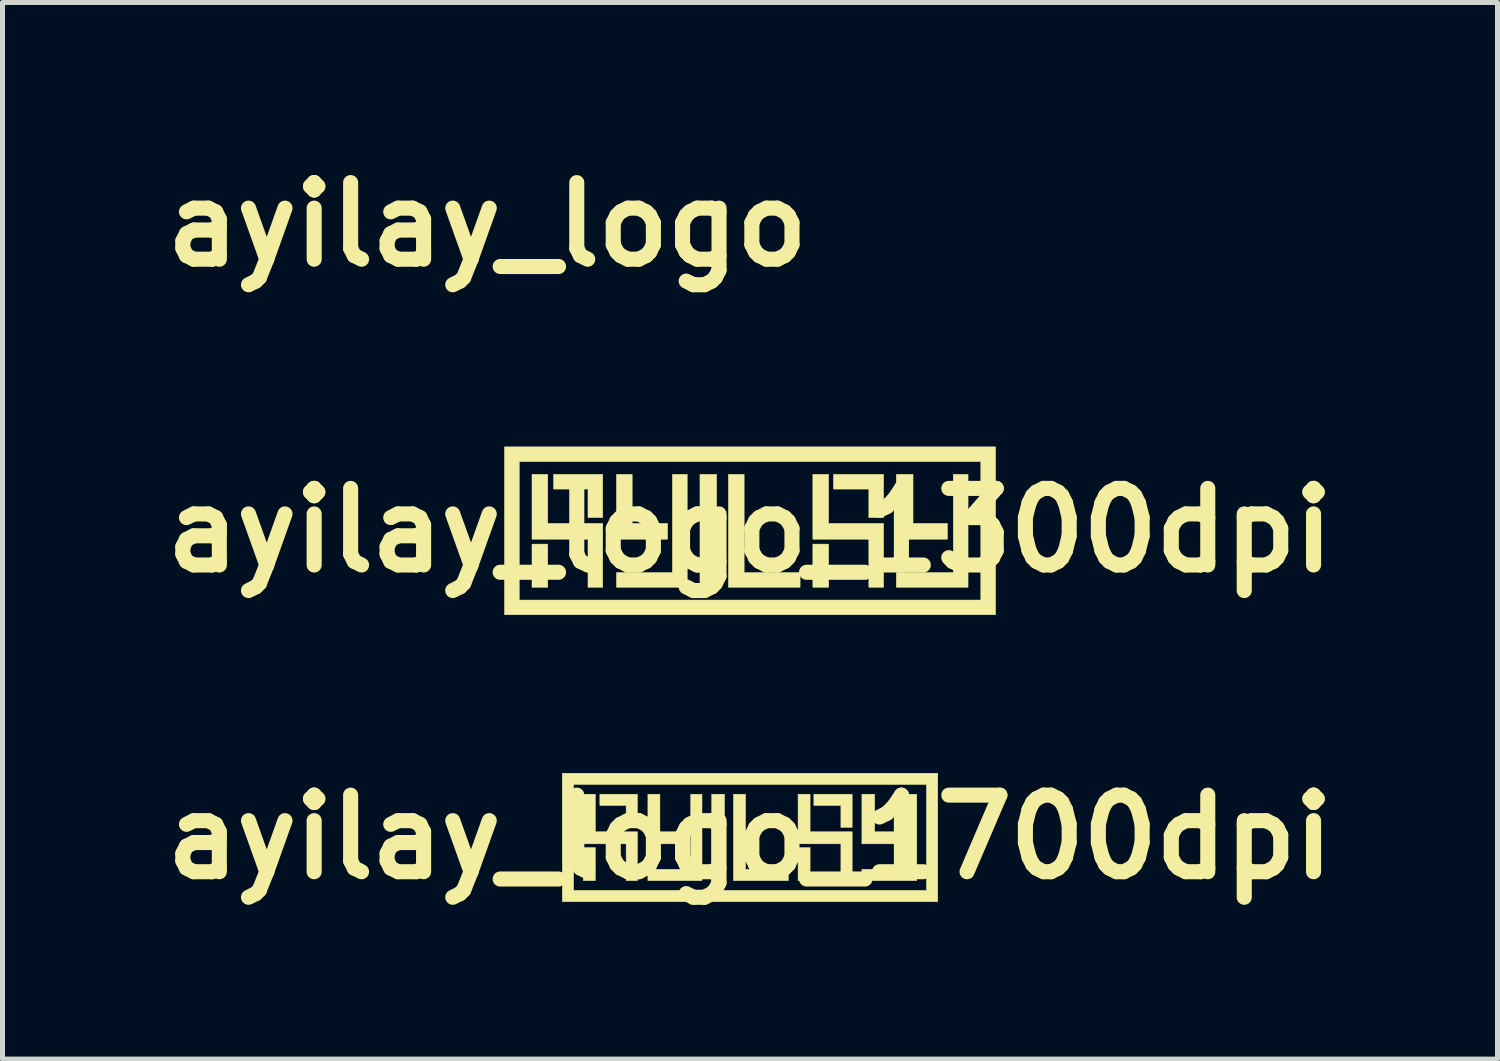
<source format=kicad_pcb>
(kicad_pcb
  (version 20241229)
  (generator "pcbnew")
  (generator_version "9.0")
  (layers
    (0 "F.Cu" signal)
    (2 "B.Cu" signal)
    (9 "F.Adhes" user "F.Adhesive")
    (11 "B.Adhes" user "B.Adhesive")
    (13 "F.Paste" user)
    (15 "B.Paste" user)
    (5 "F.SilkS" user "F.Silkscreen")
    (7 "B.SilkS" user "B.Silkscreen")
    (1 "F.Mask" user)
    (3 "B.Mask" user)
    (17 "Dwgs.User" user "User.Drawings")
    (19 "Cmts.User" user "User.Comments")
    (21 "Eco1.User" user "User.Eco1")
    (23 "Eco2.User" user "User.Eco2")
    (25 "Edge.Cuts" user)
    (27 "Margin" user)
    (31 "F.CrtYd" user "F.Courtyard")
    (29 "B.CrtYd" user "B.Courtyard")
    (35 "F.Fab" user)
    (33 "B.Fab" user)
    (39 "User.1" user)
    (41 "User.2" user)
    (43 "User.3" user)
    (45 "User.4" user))
  (footprint "ayilay_logo"
    (layer "F.Cu")
    (at 6.648 1.418)
    (property "Reference" "ayilay_logo" (at 0 0 0) (layer "F.SilkS") (effects (font (size 1.524 1.524) (thickness 0.3))))
    (attr through_hole)
    (fp_poly (pts (xy -1.938 0.546) (xy -2.088 0.546) (xy -2.088 0.132) (xy -1.938 0.132) (xy -1.938 0.546)) (stroke (width 0.01) (type solid)) (fill no) (layer "Eco2.User"))
    (fp_poly (pts (xy -0.32 0.546) (xy -0.48 0.546) (xy -0.48 -0.536) (xy -0.32 -0.536) (xy -0.32 0.546)) (stroke (width 0.01) (type solid)) (fill no) (layer "Eco2.User"))
    (fp_poly (pts (xy 0.753 0.546) (xy 0.602 0.546) (xy 0.602 0.132) (xy 0.753 0.132) (xy 0.753 0.546)) (stroke (width 0.01) (type solid)) (fill no) (layer "Eco2.User"))
    (fp_poly (pts (xy -1.411 -0.122) (xy -1.552 -0.122) (xy -1.552 -0.395) (xy -1.881 -0.395) (xy -1.881 -0.536) (xy -1.411 -0.536) (xy -1.411 -0.122)) (stroke (width 0.01) (type solid)) (fill no) (layer "Eco2.User"))
    (fp_poly (pts (xy -1.129 -0.066) (xy -0.79 -0.066) (xy -0.79 0.085) (xy -1.279 0.085) (xy -1.279 -0.536) (xy -1.129 -0.536) (xy -1.129 -0.066)) (stroke (width 0.01) (type solid)) (fill no) (layer "Eco2.User"))
    (fp_poly (pts (xy -0.602 0.546) (xy -1.279 0.546) (xy -1.279 0.405) (xy -0.743 0.405) (xy -0.743 -0.536) (xy -0.602 -0.536) (xy -0.602 0.546)) (stroke (width 0.01) (type solid)) (fill no) (layer "Eco2.User"))
    (fp_poly (pts (xy -0.056 0.405) (xy 0.48 0.405) (xy 0.48 0.546) (xy -0.207 0.546) (xy -0.207 -0.536) (xy -0.056 -0.536) (xy -0.056 0.405)) (stroke (width 0.01) (type solid)) (fill no) (layer "Eco2.User"))
    (fp_poly (pts (xy 1.279 -0.122) (xy 1.138 -0.122) (xy 1.138 -0.395) (xy 0.8 -0.395) (xy 0.8 -0.536) (xy 1.279 -0.536) (xy 1.279 -0.122)) (stroke (width 0.01) (type solid)) (fill no) (layer "Eco2.User"))
    (fp_poly (pts (xy 1.562 -0.066) (xy 1.891 -0.066) (xy 1.891 0.085) (xy 1.402 0.085) (xy 1.402 -0.536) (xy 1.562 -0.536) (xy 1.562 -0.066)) (stroke (width 0.01) (type solid)) (fill no) (layer "Eco2.User"))
    (fp_poly (pts (xy 2.088 0.546) (xy 1.402 0.546) (xy 1.402 0.405) (xy 1.947 0.405) (xy 1.947 -0.536) (xy 2.088 -0.536) (xy 2.088 0.546)) (stroke (width 0.01) (type solid)) (fill no) (layer "Eco2.User"))
    (fp_poly (pts (xy -1.938 -0.066) (xy -1.411 -0.066) (xy -1.411 0.546) (xy -1.552 0.546) (xy -1.552 0.085) (xy -2.088 0.085) (xy -2.088 -0.536) (xy -1.938 -0.536) (xy -1.938 -0.066)) (stroke (width 0.01) (type solid)) (fill no) (layer "Eco2.User"))
    (fp_poly (pts (xy 0.753 -0.066) (xy 1.279 -0.066) (xy 1.279 0.546) (xy 1.138 0.546) (xy 1.138 0.085) (xy 0.602 0.085) (xy 0.602 -0.536) (xy 0.753 -0.536) (xy 0.753 -0.066)) (stroke (width 0.01) (type solid)) (fill no) (layer "Eco2.User"))
    (fp_poly (pts (xy 2.352 0.809) (xy -2.352 0.809) (xy -2.352 -0.659) (xy -2.211 -0.659) (xy -2.211 0.668) (xy 2.211 0.668) (xy 2.211 -0.659) (xy -2.211 -0.659) (xy -2.352 -0.659) (xy -2.352 -0.8) (xy 2.352 -0.8) (xy 2.352 0.809)) (stroke (width 0.01) (type solid)) (fill no) (layer "Eco2.User")))
  (footprint "ayilay_logo_1300dpi"
    (layer "F.Cu")
    (at 11.873 7.502)
    (property "Reference" "ayilay_logo_1300dpi" (at 0 0 0) (layer "F.SilkS") (effects (font (size 1.524 1.524) (thickness 0.3))))
    (attr through_hole)
    (fp_poly (pts (xy -4.025 1.133) (xy -4.338 1.133) (xy -4.338 0.274) (xy -4.025 0.274) (xy -4.025 1.133)) (stroke (width 0.01) (type solid)) (fill yes) (layer "F.SilkS"))
    (fp_poly (pts (xy -0.664 1.133) (xy -0.996 1.133) (xy -0.996 -1.114) (xy -0.664 -1.114) (xy -0.664 1.133)) (stroke (width 0.01) (type solid)) (fill yes) (layer "F.SilkS"))
    (fp_poly (pts (xy 1.563 1.133) (xy 1.25 1.133) (xy 1.25 0.274) (xy 1.563 0.274) (xy 1.563 1.133)) (stroke (width 0.01) (type solid)) (fill yes) (layer "F.SilkS"))
    (fp_poly (pts (xy -2.931 -0.254) (xy -3.224 -0.254) (xy -3.224 -0.821) (xy -3.908 -0.821) (xy -3.908 -1.114) (xy -2.931 -1.114) (xy -2.931 -0.254)) (stroke (width 0.01) (type solid)) (fill yes) (layer "F.SilkS"))
    (fp_poly (pts (xy -2.345 -0.137) (xy -1.641 -0.137) (xy -1.641 0.176) (xy -2.657 0.176) (xy -2.657 -1.114) (xy -2.345 -1.114) (xy -2.345 -0.137)) (stroke (width 0.01) (type solid)) (fill yes) (layer "F.SilkS"))
    (fp_poly (pts (xy -1.25 1.133) (xy -2.657 1.133) (xy -2.657 0.84) (xy -1.544 0.84) (xy -1.544 -1.114) (xy -1.25 -1.114) (xy -1.25 1.133)) (stroke (width 0.01) (type solid)) (fill yes) (layer "F.SilkS"))
    (fp_poly (pts (xy -0.117 0.84) (xy 0.996 0.84) (xy 0.996 1.133) (xy -0.43 1.133) (xy -0.43 -1.114) (xy -0.117 -1.114) (xy -0.117 0.84)) (stroke (width 0.01) (type solid)) (fill yes) (layer "F.SilkS"))
    (fp_poly (pts (xy 2.657 -0.254) (xy 2.364 -0.254) (xy 2.364 -0.821) (xy 1.661 -0.821) (xy 1.661 -1.114) (xy 2.657 -1.114) (xy 2.657 -0.254)) (stroke (width 0.01) (type solid)) (fill yes) (layer "F.SilkS"))
    (fp_poly (pts (xy 3.243 -0.137) (xy 3.927 -0.137) (xy 3.927 0.176) (xy 2.911 0.176) (xy 2.911 -1.114) (xy 3.243 -1.114) (xy 3.243 -0.137)) (stroke (width 0.01) (type solid)) (fill yes) (layer "F.SilkS"))
    (fp_poly (pts (xy 4.338 1.133) (xy 2.911 1.133) (xy 2.911 0.84) (xy 4.044 0.84) (xy 4.044 -1.114) (xy 4.338 -1.114) (xy 4.338 1.133)) (stroke (width 0.01) (type solid)) (fill yes) (layer "F.SilkS"))
    (fp_poly (pts (xy -4.025 -0.137) (xy -2.931 -0.137) (xy -2.931 1.133) (xy -3.224 1.133) (xy -3.224 0.176) (xy -4.338 0.176) (xy -4.338 -1.114) (xy -4.025 -1.114) (xy -4.025 -0.137)) (stroke (width 0.01) (type solid)) (fill yes) (layer "F.SilkS"))
    (fp_poly (pts (xy 1.563 -0.137) (xy 2.657 -0.137) (xy 2.657 1.133) (xy 2.364 1.133) (xy 2.364 0.176) (xy 1.25 0.176) (xy 1.25 -1.114) (xy 1.563 -1.114) (xy 1.563 -0.137)) (stroke (width 0.01) (type solid)) (fill yes) (layer "F.SilkS"))
    (fp_poly (pts (xy 4.885 1.68) (xy -4.885 1.68) (xy -4.885 -1.368) (xy -4.592 -1.368) (xy -4.592 1.387) (xy 4.592 1.387) (xy 4.592 -1.368) (xy -4.592 -1.368) (xy -4.885 -1.368) (xy -4.885 -1.661) (xy 4.885 -1.661) (xy 4.885 1.68)) (stroke (width 0.01) (type solid)) (fill yes) (layer "F.SilkS")))
  (footprint "ayilay_logo_1700dpi"
    (layer "F.Cu")
    (at 11.873 13.605)
    (property "Reference" "ayilay_logo_1700dpi" (at 0 0 0) (layer "F.SilkS") (effects (font (size 1.524 1.524) (thickness 0.3))))
    (attr through_hole)
    (fp_poly (pts (xy -3.078 0.867) (xy -3.317 0.867) (xy -3.317 0.209) (xy -3.078 0.209) (xy -3.078 0.867)) (stroke (width 0.01) (type solid)) (fill yes) (layer "F.SilkS"))
    (fp_poly (pts (xy -0.508 0.867) (xy -0.762 0.867) (xy -0.762 -0.852) (xy -0.508 -0.852) (xy -0.508 0.867)) (stroke (width 0.01) (type solid)) (fill yes) (layer "F.SilkS"))
    (fp_poly (pts (xy 1.195 0.867) (xy 0.956 0.867) (xy 0.956 0.209) (xy 1.195 0.209) (xy 1.195 0.867)) (stroke (width 0.01) (type solid)) (fill yes) (layer "F.SilkS"))
    (fp_poly (pts (xy -2.241 -0.194) (xy -2.465 -0.194) (xy -2.465 -0.628) (xy -2.988 -0.628) (xy -2.988 -0.852) (xy -2.241 -0.852) (xy -2.241 -0.194)) (stroke (width 0.01) (type solid)) (fill yes) (layer "F.SilkS"))
    (fp_poly (pts (xy -1.793 -0.105) (xy -1.255 -0.105) (xy -1.255 0.134) (xy -2.032 0.134) (xy -2.032 -0.852) (xy -1.793 -0.852) (xy -1.793 -0.105)) (stroke (width 0.01) (type solid)) (fill yes) (layer "F.SilkS"))
    (fp_poly (pts (xy -0.956 0.867) (xy -2.032 0.867) (xy -2.032 0.642) (xy -1.18 0.642) (xy -1.18 -0.852) (xy -0.956 -0.852) (xy -0.956 0.867)) (stroke (width 0.01) (type solid)) (fill yes) (layer "F.SilkS"))
    (fp_poly (pts (xy -0.09 0.642) (xy 0.762 0.642) (xy 0.762 0.867) (xy -0.329 0.867) (xy -0.329 -0.852) (xy -0.09 -0.852) (xy -0.09 0.642)) (stroke (width 0.01) (type solid)) (fill yes) (layer "F.SilkS"))
    (fp_poly (pts (xy 2.032 -0.194) (xy 1.808 -0.194) (xy 1.808 -0.628) (xy 1.27 -0.628) (xy 1.27 -0.852) (xy 2.032 -0.852) (xy 2.032 -0.194)) (stroke (width 0.01) (type solid)) (fill yes) (layer "F.SilkS"))
    (fp_poly (pts (xy 2.48 -0.105) (xy 3.003 -0.105) (xy 3.003 0.134) (xy 2.226 0.134) (xy 2.226 -0.852) (xy 2.48 -0.852) (xy 2.48 -0.105)) (stroke (width 0.01) (type solid)) (fill yes) (layer "F.SilkS"))
    (fp_poly (pts (xy 3.317 0.867) (xy 2.226 0.867) (xy 2.226 0.642) (xy 3.093 0.642) (xy 3.093 -0.852) (xy 3.317 -0.852) (xy 3.317 0.867)) (stroke (width 0.01) (type solid)) (fill yes) (layer "F.SilkS"))
    (fp_poly (pts (xy -3.078 -0.105) (xy -2.241 -0.105) (xy -2.241 0.867) (xy -2.465 0.867) (xy -2.465 0.134) (xy -3.317 0.134) (xy -3.317 -0.852) (xy -3.078 -0.852) (xy -3.078 -0.105)) (stroke (width 0.01) (type solid)) (fill yes) (layer "F.SilkS"))
    (fp_poly (pts (xy 1.195 -0.105) (xy 2.032 -0.105) (xy 2.032 0.867) (xy 1.808 0.867) (xy 1.808 0.134) (xy 0.956 0.134) (xy 0.956 -0.852) (xy 1.195 -0.852) (xy 1.195 -0.105)) (stroke (width 0.01) (type solid)) (fill yes) (layer "F.SilkS"))
    (fp_poly (pts (xy 3.735 1.285) (xy -3.735 1.285) (xy -3.735 -1.046) (xy -3.511 -1.046) (xy -3.511 1.061) (xy 3.511 1.061) (xy 3.511 -1.046) (xy -3.511 -1.046) (xy -3.735 -1.046) (xy -3.735 -1.27) (xy 3.735 -1.27) (xy 3.735 1.285)) (stroke (width 0.01) (type solid)) (fill yes) (layer "F.SilkS")))
  (gr_rect
    (start -3 -3)
    (end 26.745 18.023)
    (stroke (width 0.1) (type default))
    (fill no)
    (layer "Edge.Cuts")))
</source>
